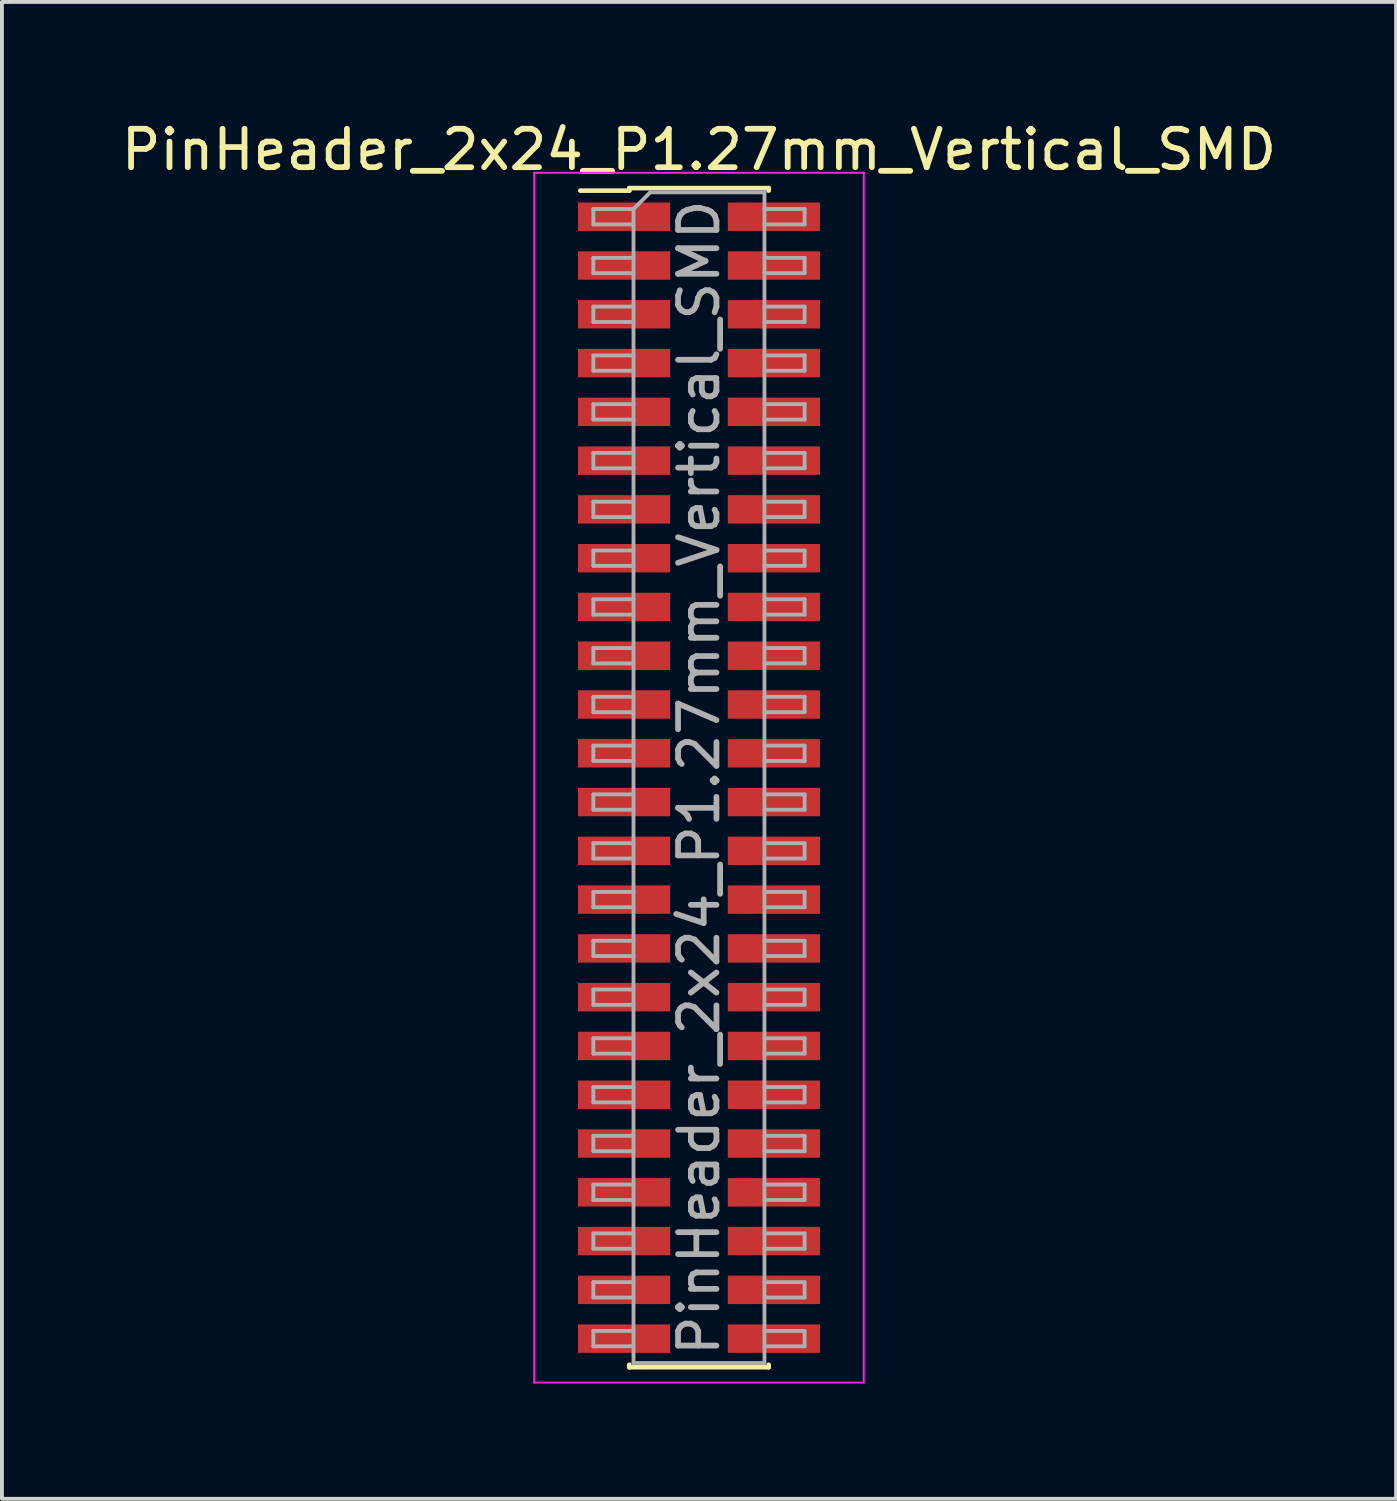
<source format=kicad_pcb>
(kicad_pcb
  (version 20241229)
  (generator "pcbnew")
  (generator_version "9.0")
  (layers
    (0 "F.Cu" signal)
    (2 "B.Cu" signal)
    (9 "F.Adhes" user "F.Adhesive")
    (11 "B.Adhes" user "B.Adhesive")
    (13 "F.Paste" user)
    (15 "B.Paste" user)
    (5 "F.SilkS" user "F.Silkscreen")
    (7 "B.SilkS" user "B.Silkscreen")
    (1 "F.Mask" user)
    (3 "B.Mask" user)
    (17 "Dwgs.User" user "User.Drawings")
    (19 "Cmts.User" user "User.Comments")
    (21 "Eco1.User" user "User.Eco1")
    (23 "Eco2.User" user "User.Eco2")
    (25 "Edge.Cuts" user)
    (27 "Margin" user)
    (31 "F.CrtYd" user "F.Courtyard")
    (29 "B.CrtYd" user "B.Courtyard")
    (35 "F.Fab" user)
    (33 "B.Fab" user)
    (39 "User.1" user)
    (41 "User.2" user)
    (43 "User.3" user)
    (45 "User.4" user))
  (footprint "PinHeader_2x24_P1.27mm_Vertical_SMD"
    (layer "F.Cu")
    (at 15.149 17.198)
    (property "Reference" "PinHeader_2x24_P1.27mm_Vertical_SMD" (at 0 -16.35 0) (layer "F.SilkS") (effects (font (size 1 1) (thickness 0.15))))
    (attr smd)
    (fp_line (start -3.09 -15.285) (end -1.815 -15.285) (stroke (width 0.12) (type solid)) (layer "F.SilkS"))
    (fp_line (start -1.815 -15.35) (end -1.815 -15.285) (stroke (width 0.12) (type solid)) (layer "F.SilkS"))
    (fp_line (start -1.815 -15.35) (end 1.815 -15.35) (stroke (width 0.12) (type solid)) (layer "F.SilkS"))
    (fp_line (start -1.815 15.285) (end -1.815 15.35) (stroke (width 0.12) (type solid)) (layer "F.SilkS"))
    (fp_line (start -1.815 15.35) (end 1.815 15.35) (stroke (width 0.12) (type solid)) (layer "F.SilkS"))
    (fp_line (start 1.815 -15.35) (end 1.815 -15.285) (stroke (width 0.12) (type solid)) (layer "F.SilkS"))
    (fp_line (start 1.815 15.285) (end 1.815 15.35) (stroke (width 0.12) (type solid)) (layer "F.SilkS"))
    (fp_line (start -4.29 -15.75) (end -4.29 15.75) (stroke (width 0.05) (type solid)) (layer "F.CrtYd"))
    (fp_line (start -4.29 15.75) (end 4.29 15.75) (stroke (width 0.05) (type solid)) (layer "F.CrtYd"))
    (fp_line (start 4.29 -15.75) (end -4.29 -15.75) (stroke (width 0.05) (type solid)) (layer "F.CrtYd"))
    (fp_line (start 4.29 15.75) (end 4.29 -15.75) (stroke (width 0.05) (type solid)) (layer "F.CrtYd"))
    (fp_line (start -2.75 -14.805) (end -2.75 -14.405) (stroke (width 0.1) (type solid)) (layer "F.Fab"))
    (fp_line (start -2.75 -14.405) (end -1.705 -14.405) (stroke (width 0.1) (type solid)) (layer "F.Fab"))
    (fp_line (start -2.75 -13.535) (end -2.75 -13.135) (stroke (width 0.1) (type solid)) (layer "F.Fab"))
    (fp_line (start -2.75 -13.135) (end -1.705 -13.135) (stroke (width 0.1) (type solid)) (layer "F.Fab"))
    (fp_line (start -2.75 -12.265) (end -2.75 -11.865) (stroke (width 0.1) (type solid)) (layer "F.Fab"))
    (fp_line (start -2.75 -11.865) (end -1.705 -11.865) (stroke (width 0.1) (type solid)) (layer "F.Fab"))
    (fp_line (start -2.75 -10.995) (end -2.75 -10.595) (stroke (width 0.1) (type solid)) (layer "F.Fab"))
    (fp_line (start -2.75 -10.595) (end -1.705 -10.595) (stroke (width 0.1) (type solid)) (layer "F.Fab"))
    (fp_line (start -2.75 -9.725) (end -2.75 -9.325) (stroke (width 0.1) (type solid)) (layer "F.Fab"))
    (fp_line (start -2.75 -9.325) (end -1.705 -9.325) (stroke (width 0.1) (type solid)) (layer "F.Fab"))
    (fp_line (start -2.75 -8.455) (end -2.75 -8.055) (stroke (width 0.1) (type solid)) (layer "F.Fab"))
    (fp_line (start -2.75 -8.055) (end -1.705 -8.055) (stroke (width 0.1) (type solid)) (layer "F.Fab"))
    (fp_line (start -2.75 -7.185) (end -2.75 -6.785) (stroke (width 0.1) (type solid)) (layer "F.Fab"))
    (fp_line (start -2.75 -6.785) (end -1.705 -6.785) (stroke (width 0.1) (type solid)) (layer "F.Fab"))
    (fp_line (start -2.75 -5.915) (end -2.75 -5.515) (stroke (width 0.1) (type solid)) (layer "F.Fab"))
    (fp_line (start -2.75 -5.515) (end -1.705 -5.515) (stroke (width 0.1) (type solid)) (layer "F.Fab"))
    (fp_line (start -2.75 -4.645) (end -2.75 -4.245) (stroke (width 0.1) (type solid)) (layer "F.Fab"))
    (fp_line (start -2.75 -4.245) (end -1.705 -4.245) (stroke (width 0.1) (type solid)) (layer "F.Fab"))
    (fp_line (start -2.75 -3.375) (end -2.75 -2.975) (stroke (width 0.1) (type solid)) (layer "F.Fab"))
    (fp_line (start -2.75 -2.975) (end -1.705 -2.975) (stroke (width 0.1) (type solid)) (layer "F.Fab"))
    (fp_line (start -2.75 -2.105) (end -2.75 -1.705) (stroke (width 0.1) (type solid)) (layer "F.Fab"))
    (fp_line (start -2.75 -1.705) (end -1.705 -1.705) (stroke (width 0.1) (type solid)) (layer "F.Fab"))
    (fp_line (start -2.75 -0.835) (end -2.75 -0.435) (stroke (width 0.1) (type solid)) (layer "F.Fab"))
    (fp_line (start -2.75 -0.435) (end -1.705 -0.435) (stroke (width 0.1) (type solid)) (layer "F.Fab"))
    (fp_line (start -2.75 0.435) (end -2.75 0.835) (stroke (width 0.1) (type solid)) (layer "F.Fab"))
    (fp_line (start -2.75 0.835) (end -1.705 0.835) (stroke (width 0.1) (type solid)) (layer "F.Fab"))
    (fp_line (start -2.75 1.705) (end -2.75 2.105) (stroke (width 0.1) (type solid)) (layer "F.Fab"))
    (fp_line (start -2.75 2.105) (end -1.705 2.105) (stroke (width 0.1) (type solid)) (layer "F.Fab"))
    (fp_line (start -2.75 2.975) (end -2.75 3.375) (stroke (width 0.1) (type solid)) (layer "F.Fab"))
    (fp_line (start -2.75 3.375) (end -1.705 3.375) (stroke (width 0.1) (type solid)) (layer "F.Fab"))
    (fp_line (start -2.75 4.245) (end -2.75 4.645) (stroke (width 0.1) (type solid)) (layer "F.Fab"))
    (fp_line (start -2.75 4.645) (end -1.705 4.645) (stroke (width 0.1) (type solid)) (layer "F.Fab"))
    (fp_line (start -2.75 5.515) (end -2.75 5.915) (stroke (width 0.1) (type solid)) (layer "F.Fab"))
    (fp_line (start -2.75 5.915) (end -1.705 5.915) (stroke (width 0.1) (type solid)) (layer "F.Fab"))
    (fp_line (start -2.75 6.785) (end -2.75 7.185) (stroke (width 0.1) (type solid)) (layer "F.Fab"))
    (fp_line (start -2.75 7.185) (end -1.705 7.185) (stroke (width 0.1) (type solid)) (layer "F.Fab"))
    (fp_line (start -2.75 8.055) (end -2.75 8.455) (stroke (width 0.1) (type solid)) (layer "F.Fab"))
    (fp_line (start -2.75 8.455) (end -1.705 8.455) (stroke (width 0.1) (type solid)) (layer "F.Fab"))
    (fp_line (start -2.75 9.325) (end -2.75 9.725) (stroke (width 0.1) (type solid)) (layer "F.Fab"))
    (fp_line (start -2.75 9.725) (end -1.705 9.725) (stroke (width 0.1) (type solid)) (layer "F.Fab"))
    (fp_line (start -2.75 10.595) (end -2.75 10.995) (stroke (width 0.1) (type solid)) (layer "F.Fab"))
    (fp_line (start -2.75 10.995) (end -1.705 10.995) (stroke (width 0.1) (type solid)) (layer "F.Fab"))
    (fp_line (start -2.75 11.865) (end -2.75 12.265) (stroke (width 0.1) (type solid)) (layer "F.Fab"))
    (fp_line (start -2.75 12.265) (end -1.705 12.265) (stroke (width 0.1) (type solid)) (layer "F.Fab"))
    (fp_line (start -2.75 13.135) (end -2.75 13.535) (stroke (width 0.1) (type solid)) (layer "F.Fab"))
    (fp_line (start -2.75 13.535) (end -1.705 13.535) (stroke (width 0.1) (type solid)) (layer "F.Fab"))
    (fp_line (start -2.75 14.405) (end -2.75 14.805) (stroke (width 0.1) (type solid)) (layer "F.Fab"))
    (fp_line (start -2.75 14.805) (end -1.705 14.805) (stroke (width 0.1) (type solid)) (layer "F.Fab"))
    (fp_line (start -1.705 -14.805) (end -2.75 -14.805) (stroke (width 0.1) (type solid)) (layer "F.Fab"))
    (fp_line (start -1.705 -14.805) (end -1.27 -15.24) (stroke (width 0.1) (type solid)) (layer "F.Fab"))
    (fp_line (start -1.705 -13.535) (end -2.75 -13.535) (stroke (width 0.1) (type solid)) (layer "F.Fab"))
    (fp_line (start -1.705 -12.265) (end -2.75 -12.265) (stroke (width 0.1) (type solid)) (layer "F.Fab"))
    (fp_line (start -1.705 -10.995) (end -2.75 -10.995) (stroke (width 0.1) (type solid)) (layer "F.Fab"))
    (fp_line (start -1.705 -9.725) (end -2.75 -9.725) (stroke (width 0.1) (type solid)) (layer "F.Fab"))
    (fp_line (start -1.705 -8.455) (end -2.75 -8.455) (stroke (width 0.1) (type solid)) (layer "F.Fab"))
    (fp_line (start -1.705 -7.185) (end -2.75 -7.185) (stroke (width 0.1) (type solid)) (layer "F.Fab"))
    (fp_line (start -1.705 -5.915) (end -2.75 -5.915) (stroke (width 0.1) (type solid)) (layer "F.Fab"))
    (fp_line (start -1.705 -4.645) (end -2.75 -4.645) (stroke (width 0.1) (type solid)) (layer "F.Fab"))
    (fp_line (start -1.705 -3.375) (end -2.75 -3.375) (stroke (width 0.1) (type solid)) (layer "F.Fab"))
    (fp_line (start -1.705 -2.105) (end -2.75 -2.105) (stroke (width 0.1) (type solid)) (layer "F.Fab"))
    (fp_line (start -1.705 -0.835) (end -2.75 -0.835) (stroke (width 0.1) (type solid)) (layer "F.Fab"))
    (fp_line (start -1.705 0.435) (end -2.75 0.435) (stroke (width 0.1) (type solid)) (layer "F.Fab"))
    (fp_line (start -1.705 1.705) (end -2.75 1.705) (stroke (width 0.1) (type solid)) (layer "F.Fab"))
    (fp_line (start -1.705 2.975) (end -2.75 2.975) (stroke (width 0.1) (type solid)) (layer "F.Fab"))
    (fp_line (start -1.705 4.245) (end -2.75 4.245) (stroke (width 0.1) (type solid)) (layer "F.Fab"))
    (fp_line (start -1.705 5.515) (end -2.75 5.515) (stroke (width 0.1) (type solid)) (layer "F.Fab"))
    (fp_line (start -1.705 6.785) (end -2.75 6.785) (stroke (width 0.1) (type solid)) (layer "F.Fab"))
    (fp_line (start -1.705 8.055) (end -2.75 8.055) (stroke (width 0.1) (type solid)) (layer "F.Fab"))
    (fp_line (start -1.705 9.325) (end -2.75 9.325) (stroke (width 0.1) (type solid)) (layer "F.Fab"))
    (fp_line (start -1.705 10.595) (end -2.75 10.595) (stroke (width 0.1) (type solid)) (layer "F.Fab"))
    (fp_line (start -1.705 11.865) (end -2.75 11.865) (stroke (width 0.1) (type solid)) (layer "F.Fab"))
    (fp_line (start -1.705 13.135) (end -2.75 13.135) (stroke (width 0.1) (type solid)) (layer "F.Fab"))
    (fp_line (start -1.705 14.405) (end -2.75 14.405) (stroke (width 0.1) (type solid)) (layer "F.Fab"))
    (fp_line (start -1.705 15.24) (end -1.705 -14.805) (stroke (width 0.1) (type solid)) (layer "F.Fab"))
    (fp_line (start -1.27 -15.24) (end 1.705 -15.24) (stroke (width 0.1) (type solid)) (layer "F.Fab"))
    (fp_line (start 1.705 -15.24) (end 1.705 15.24) (stroke (width 0.1) (type solid)) (layer "F.Fab"))
    (fp_line (start 1.705 -14.805) (end 2.75 -14.805) (stroke (width 0.1) (type solid)) (layer "F.Fab"))
    (fp_line (start 1.705 -13.535) (end 2.75 -13.535) (stroke (width 0.1) (type solid)) (layer "F.Fab"))
    (fp_line (start 1.705 -12.265) (end 2.75 -12.265) (stroke (width 0.1) (type solid)) (layer "F.Fab"))
    (fp_line (start 1.705 -10.995) (end 2.75 -10.995) (stroke (width 0.1) (type solid)) (layer "F.Fab"))
    (fp_line (start 1.705 -9.725) (end 2.75 -9.725) (stroke (width 0.1) (type solid)) (layer "F.Fab"))
    (fp_line (start 1.705 -8.455) (end 2.75 -8.455) (stroke (width 0.1) (type solid)) (layer "F.Fab"))
    (fp_line (start 1.705 -7.185) (end 2.75 -7.185) (stroke (width 0.1) (type solid)) (layer "F.Fab"))
    (fp_line (start 1.705 -5.915) (end 2.75 -5.915) (stroke (width 0.1) (type solid)) (layer "F.Fab"))
    (fp_line (start 1.705 -4.645) (end 2.75 -4.645) (stroke (width 0.1) (type solid)) (layer "F.Fab"))
    (fp_line (start 1.705 -3.375) (end 2.75 -3.375) (stroke (width 0.1) (type solid)) (layer "F.Fab"))
    (fp_line (start 1.705 -2.105) (end 2.75 -2.105) (stroke (width 0.1) (type solid)) (layer "F.Fab"))
    (fp_line (start 1.705 -0.835) (end 2.75 -0.835) (stroke (width 0.1) (type solid)) (layer "F.Fab"))
    (fp_line (start 1.705 0.435) (end 2.75 0.435) (stroke (width 0.1) (type solid)) (layer "F.Fab"))
    (fp_line (start 1.705 1.705) (end 2.75 1.705) (stroke (width 0.1) (type solid)) (layer "F.Fab"))
    (fp_line (start 1.705 2.975) (end 2.75 2.975) (stroke (width 0.1) (type solid)) (layer "F.Fab"))
    (fp_line (start 1.705 4.245) (end 2.75 4.245) (stroke (width 0.1) (type solid)) (layer "F.Fab"))
    (fp_line (start 1.705 5.515) (end 2.75 5.515) (stroke (width 0.1) (type solid)) (layer "F.Fab"))
    (fp_line (start 1.705 6.785) (end 2.75 6.785) (stroke (width 0.1) (type solid)) (layer "F.Fab"))
    (fp_line (start 1.705 8.055) (end 2.75 8.055) (stroke (width 0.1) (type solid)) (layer "F.Fab"))
    (fp_line (start 1.705 9.325) (end 2.75 9.325) (stroke (width 0.1) (type solid)) (layer "F.Fab"))
    (fp_line (start 1.705 10.595) (end 2.75 10.595) (stroke (width 0.1) (type solid)) (layer "F.Fab"))
    (fp_line (start 1.705 11.865) (end 2.75 11.865) (stroke (width 0.1) (type solid)) (layer "F.Fab"))
    (fp_line (start 1.705 13.135) (end 2.75 13.135) (stroke (width 0.1) (type solid)) (layer "F.Fab"))
    (fp_line (start 1.705 14.405) (end 2.75 14.405) (stroke (width 0.1) (type solid)) (layer "F.Fab"))
    (fp_line (start 1.705 15.24) (end -1.705 15.24) (stroke (width 0.1) (type solid)) (layer "F.Fab"))
    (fp_line (start 2.75 -14.805) (end 2.75 -14.405) (stroke (width 0.1) (type solid)) (layer "F.Fab"))
    (fp_line (start 2.75 -14.405) (end 1.705 -14.405) (stroke (width 0.1) (type solid)) (layer "F.Fab"))
    (fp_line (start 2.75 -13.535) (end 2.75 -13.135) (stroke (width 0.1) (type solid)) (layer "F.Fab"))
    (fp_line (start 2.75 -13.135) (end 1.705 -13.135) (stroke (width 0.1) (type solid)) (layer "F.Fab"))
    (fp_line (start 2.75 -12.265) (end 2.75 -11.865) (stroke (width 0.1) (type solid)) (layer "F.Fab"))
    (fp_line (start 2.75 -11.865) (end 1.705 -11.865) (stroke (width 0.1) (type solid)) (layer "F.Fab"))
    (fp_line (start 2.75 -10.995) (end 2.75 -10.595) (stroke (width 0.1) (type solid)) (layer "F.Fab"))
    (fp_line (start 2.75 -10.595) (end 1.705 -10.595) (stroke (width 0.1) (type solid)) (layer "F.Fab"))
    (fp_line (start 2.75 -9.725) (end 2.75 -9.325) (stroke (width 0.1) (type solid)) (layer "F.Fab"))
    (fp_line (start 2.75 -9.325) (end 1.705 -9.325) (stroke (width 0.1) (type solid)) (layer "F.Fab"))
    (fp_line (start 2.75 -8.455) (end 2.75 -8.055) (stroke (width 0.1) (type solid)) (layer "F.Fab"))
    (fp_line (start 2.75 -8.055) (end 1.705 -8.055) (stroke (width 0.1) (type solid)) (layer "F.Fab"))
    (fp_line (start 2.75 -7.185) (end 2.75 -6.785) (stroke (width 0.1) (type solid)) (layer "F.Fab"))
    (fp_line (start 2.75 -6.785) (end 1.705 -6.785) (stroke (width 0.1) (type solid)) (layer "F.Fab"))
    (fp_line (start 2.75 -5.915) (end 2.75 -5.515) (stroke (width 0.1) (type solid)) (layer "F.Fab"))
    (fp_line (start 2.75 -5.515) (end 1.705 -5.515) (stroke (width 0.1) (type solid)) (layer "F.Fab"))
    (fp_line (start 2.75 -4.645) (end 2.75 -4.245) (stroke (width 0.1) (type solid)) (layer "F.Fab"))
    (fp_line (start 2.75 -4.245) (end 1.705 -4.245) (stroke (width 0.1) (type solid)) (layer "F.Fab"))
    (fp_line (start 2.75 -3.375) (end 2.75 -2.975) (stroke (width 0.1) (type solid)) (layer "F.Fab"))
    (fp_line (start 2.75 -2.975) (end 1.705 -2.975) (stroke (width 0.1) (type solid)) (layer "F.Fab"))
    (fp_line (start 2.75 -2.105) (end 2.75 -1.705) (stroke (width 0.1) (type solid)) (layer "F.Fab"))
    (fp_line (start 2.75 -1.705) (end 1.705 -1.705) (stroke (width 0.1) (type solid)) (layer "F.Fab"))
    (fp_line (start 2.75 -0.835) (end 2.75 -0.435) (stroke (width 0.1) (type solid)) (layer "F.Fab"))
    (fp_line (start 2.75 -0.435) (end 1.705 -0.435) (stroke (width 0.1) (type solid)) (layer "F.Fab"))
    (fp_line (start 2.75 0.435) (end 2.75 0.835) (stroke (width 0.1) (type solid)) (layer "F.Fab"))
    (fp_line (start 2.75 0.835) (end 1.705 0.835) (stroke (width 0.1) (type solid)) (layer "F.Fab"))
    (fp_line (start 2.75 1.705) (end 2.75 2.105) (stroke (width 0.1) (type solid)) (layer "F.Fab"))
    (fp_line (start 2.75 2.105) (end 1.705 2.105) (stroke (width 0.1) (type solid)) (layer "F.Fab"))
    (fp_line (start 2.75 2.975) (end 2.75 3.375) (stroke (width 0.1) (type solid)) (layer "F.Fab"))
    (fp_line (start 2.75 3.375) (end 1.705 3.375) (stroke (width 0.1) (type solid)) (layer "F.Fab"))
    (fp_line (start 2.75 4.245) (end 2.75 4.645) (stroke (width 0.1) (type solid)) (layer "F.Fab"))
    (fp_line (start 2.75 4.645) (end 1.705 4.645) (stroke (width 0.1) (type solid)) (layer "F.Fab"))
    (fp_line (start 2.75 5.515) (end 2.75 5.915) (stroke (width 0.1) (type solid)) (layer "F.Fab"))
    (fp_line (start 2.75 5.915) (end 1.705 5.915) (stroke (width 0.1) (type solid)) (layer "F.Fab"))
    (fp_line (start 2.75 6.785) (end 2.75 7.185) (stroke (width 0.1) (type solid)) (layer "F.Fab"))
    (fp_line (start 2.75 7.185) (end 1.705 7.185) (stroke (width 0.1) (type solid)) (layer "F.Fab"))
    (fp_line (start 2.75 8.055) (end 2.75 8.455) (stroke (width 0.1) (type solid)) (layer "F.Fab"))
    (fp_line (start 2.75 8.455) (end 1.705 8.455) (stroke (width 0.1) (type solid)) (layer "F.Fab"))
    (fp_line (start 2.75 9.325) (end 2.75 9.725) (stroke (width 0.1) (type solid)) (layer "F.Fab"))
    (fp_line (start 2.75 9.725) (end 1.705 9.725) (stroke (width 0.1) (type solid)) (layer "F.Fab"))
    (fp_line (start 2.75 10.595) (end 2.75 10.995) (stroke (width 0.1) (type solid)) (layer "F.Fab"))
    (fp_line (start 2.75 10.995) (end 1.705 10.995) (stroke (width 0.1) (type solid)) (layer "F.Fab"))
    (fp_line (start 2.75 11.865) (end 2.75 12.265) (stroke (width 0.1) (type solid)) (layer "F.Fab"))
    (fp_line (start 2.75 12.265) (end 1.705 12.265) (stroke (width 0.1) (type solid)) (layer "F.Fab"))
    (fp_line (start 2.75 13.135) (end 2.75 13.535) (stroke (width 0.1) (type solid)) (layer "F.Fab"))
    (fp_line (start 2.75 13.535) (end 1.705 13.535) (stroke (width 0.1) (type solid)) (layer "F.Fab"))
    (fp_line (start 2.75 14.405) (end 2.75 14.805) (stroke (width 0.1) (type solid)) (layer "F.Fab"))
    (fp_line (start 2.75 14.805) (end 1.705 14.805) (stroke (width 0.1) (type solid)) (layer "F.Fab"))
    (fp_text user "${REFERENCE}" (at 0 0 90) (layer "F.Fab") (effects (font (size 1 1) (thickness 0.15))))
    (pad "1" smd rect (at -1.95 -14.605) (size 2.4 0.74) (layers "F.Cu" "F.Mask" "F.Paste"))
    (pad "2" smd rect (at 1.95 -14.605) (size 2.4 0.74) (layers "F.Cu" "F.Mask" "F.Paste"))
    (pad "3" smd rect (at -1.95 -13.335) (size 2.4 0.74) (layers "F.Cu" "F.Mask" "F.Paste"))
    (pad "4" smd rect (at 1.95 -13.335) (size 2.4 0.74) (layers "F.Cu" "F.Mask" "F.Paste"))
    (pad "5" smd rect (at -1.95 -12.065) (size 2.4 0.74) (layers "F.Cu" "F.Mask" "F.Paste"))
    (pad "6" smd rect (at 1.95 -12.065) (size 2.4 0.74) (layers "F.Cu" "F.Mask" "F.Paste"))
    (pad "7" smd rect (at -1.95 -10.795) (size 2.4 0.74) (layers "F.Cu" "F.Mask" "F.Paste"))
    (pad "8" smd rect (at 1.95 -10.795) (size 2.4 0.74) (layers "F.Cu" "F.Mask" "F.Paste"))
    (pad "9" smd rect (at -1.95 -9.525) (size 2.4 0.74) (layers "F.Cu" "F.Mask" "F.Paste"))
    (pad "10" smd rect (at 1.95 -9.525) (size 2.4 0.74) (layers "F.Cu" "F.Mask" "F.Paste"))
    (pad "11" smd rect (at -1.95 -8.255) (size 2.4 0.74) (layers "F.Cu" "F.Mask" "F.Paste"))
    (pad "12" smd rect (at 1.95 -8.255) (size 2.4 0.74) (layers "F.Cu" "F.Mask" "F.Paste"))
    (pad "13" smd rect (at -1.95 -6.985) (size 2.4 0.74) (layers "F.Cu" "F.Mask" "F.Paste"))
    (pad "14" smd rect (at 1.95 -6.985) (size 2.4 0.74) (layers "F.Cu" "F.Mask" "F.Paste"))
    (pad "15" smd rect (at -1.95 -5.715) (size 2.4 0.74) (layers "F.Cu" "F.Mask" "F.Paste"))
    (pad "16" smd rect (at 1.95 -5.715) (size 2.4 0.74) (layers "F.Cu" "F.Mask" "F.Paste"))
    (pad "17" smd rect (at -1.95 -4.445) (size 2.4 0.74) (layers "F.Cu" "F.Mask" "F.Paste"))
    (pad "18" smd rect (at 1.95 -4.445) (size 2.4 0.74) (layers "F.Cu" "F.Mask" "F.Paste"))
    (pad "19" smd rect (at -1.95 -3.175) (size 2.4 0.74) (layers "F.Cu" "F.Mask" "F.Paste"))
    (pad "20" smd rect (at 1.95 -3.175) (size 2.4 0.74) (layers "F.Cu" "F.Mask" "F.Paste"))
    (pad "21" smd rect (at -1.95 -1.905) (size 2.4 0.74) (layers "F.Cu" "F.Mask" "F.Paste"))
    (pad "22" smd rect (at 1.95 -1.905) (size 2.4 0.74) (layers "F.Cu" "F.Mask" "F.Paste"))
    (pad "23" smd rect (at -1.95 -0.635) (size 2.4 0.74) (layers "F.Cu" "F.Mask" "F.Paste"))
    (pad "24" smd rect (at 1.95 -0.635) (size 2.4 0.74) (layers "F.Cu" "F.Mask" "F.Paste"))
    (pad "25" smd rect (at -1.95 0.635) (size 2.4 0.74) (layers "F.Cu" "F.Mask" "F.Paste"))
    (pad "26" smd rect (at 1.95 0.635) (size 2.4 0.74) (layers "F.Cu" "F.Mask" "F.Paste"))
    (pad "27" smd rect (at -1.95 1.905) (size 2.4 0.74) (layers "F.Cu" "F.Mask" "F.Paste"))
    (pad "28" smd rect (at 1.95 1.905) (size 2.4 0.74) (layers "F.Cu" "F.Mask" "F.Paste"))
    (pad "29" smd rect (at -1.95 3.175) (size 2.4 0.74) (layers "F.Cu" "F.Mask" "F.Paste"))
    (pad "30" smd rect (at 1.95 3.175) (size 2.4 0.74) (layers "F.Cu" "F.Mask" "F.Paste"))
    (pad "31" smd rect (at -1.95 4.445) (size 2.4 0.74) (layers "F.Cu" "F.Mask" "F.Paste"))
    (pad "32" smd rect (at 1.95 4.445) (size 2.4 0.74) (layers "F.Cu" "F.Mask" "F.Paste"))
    (pad "33" smd rect (at -1.95 5.715) (size 2.4 0.74) (layers "F.Cu" "F.Mask" "F.Paste"))
    (pad "34" smd rect (at 1.95 5.715) (size 2.4 0.74) (layers "F.Cu" "F.Mask" "F.Paste"))
    (pad "35" smd rect (at -1.95 6.985) (size 2.4 0.74) (layers "F.Cu" "F.Mask" "F.Paste"))
    (pad "36" smd rect (at 1.95 6.985) (size 2.4 0.74) (layers "F.Cu" "F.Mask" "F.Paste"))
    (pad "37" smd rect (at -1.95 8.255) (size 2.4 0.74) (layers "F.Cu" "F.Mask" "F.Paste"))
    (pad "38" smd rect (at 1.95 8.255) (size 2.4 0.74) (layers "F.Cu" "F.Mask" "F.Paste"))
    (pad "39" smd rect (at -1.95 9.525) (size 2.4 0.74) (layers "F.Cu" "F.Mask" "F.Paste"))
    (pad "40" smd rect (at 1.95 9.525) (size 2.4 0.74) (layers "F.Cu" "F.Mask" "F.Paste"))
    (pad "41" smd rect (at -1.95 10.795) (size 2.4 0.74) (layers "F.Cu" "F.Mask" "F.Paste"))
    (pad "42" smd rect (at 1.95 10.795) (size 2.4 0.74) (layers "F.Cu" "F.Mask" "F.Paste"))
    (pad "43" smd rect (at -1.95 12.065) (size 2.4 0.74) (layers "F.Cu" "F.Mask" "F.Paste"))
    (pad "44" smd rect (at 1.95 12.065) (size 2.4 0.74) (layers "F.Cu" "F.Mask" "F.Paste"))
    (pad "45" smd rect (at -1.95 13.335) (size 2.4 0.74) (layers "F.Cu" "F.Mask" "F.Paste"))
    (pad "46" smd rect (at 1.95 13.335) (size 2.4 0.74) (layers "F.Cu" "F.Mask" "F.Paste"))
    (pad "47" smd rect (at -1.95 14.605) (size 2.4 0.74) (layers "F.Cu" "F.Mask" "F.Paste"))
    (pad "48" smd rect (at 1.95 14.605) (size 2.4 0.74) (layers "F.Cu" "F.Mask" "F.Paste")))
  (gr_rect
    (start -3 -3)
    (end 33.298 35.973)
    (stroke (width 0.1) (type default))
    (fill no)
    (layer "Edge.Cuts")))
</source>
